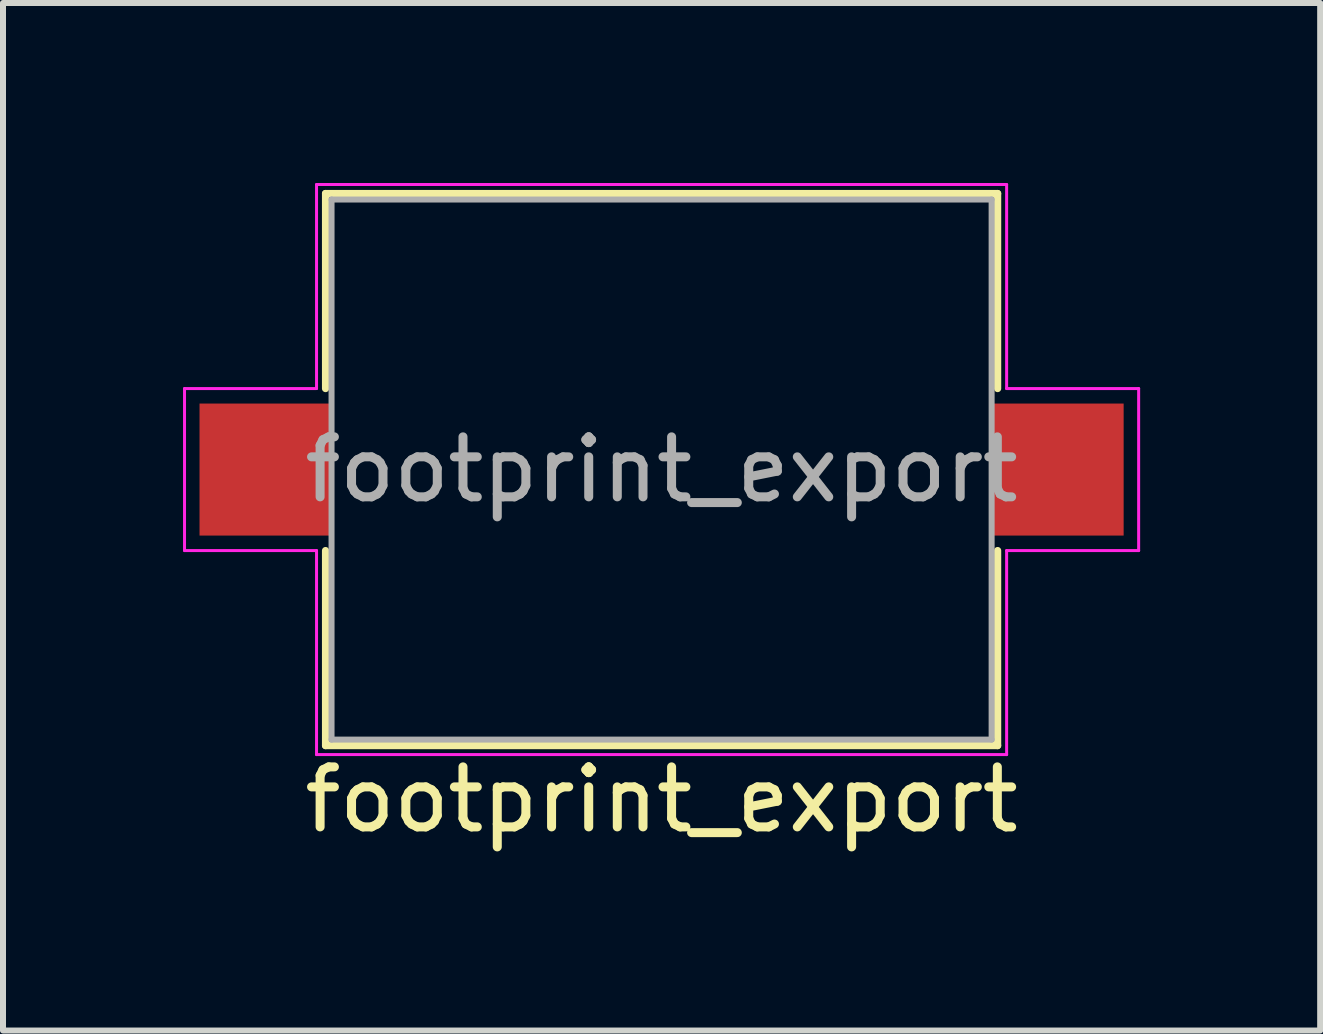
<source format=kicad_pcb>
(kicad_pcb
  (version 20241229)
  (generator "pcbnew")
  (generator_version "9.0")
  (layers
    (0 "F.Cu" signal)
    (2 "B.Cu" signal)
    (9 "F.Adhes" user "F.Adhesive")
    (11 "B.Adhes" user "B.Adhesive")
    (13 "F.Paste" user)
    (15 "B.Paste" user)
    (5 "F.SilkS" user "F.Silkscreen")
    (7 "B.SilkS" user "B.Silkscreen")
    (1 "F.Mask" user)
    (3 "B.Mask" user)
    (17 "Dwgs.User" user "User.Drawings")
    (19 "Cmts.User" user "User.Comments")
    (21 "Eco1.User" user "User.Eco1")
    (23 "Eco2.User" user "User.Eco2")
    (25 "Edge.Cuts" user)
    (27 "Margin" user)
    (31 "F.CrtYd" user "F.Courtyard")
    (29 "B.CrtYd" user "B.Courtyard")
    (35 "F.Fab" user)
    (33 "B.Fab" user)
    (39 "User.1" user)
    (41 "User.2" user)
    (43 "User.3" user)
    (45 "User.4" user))
  (footprint "footprint_export"
    (layer "F.Cu")
    (at 7.975 4.775)
    (property "Reference" "footprint_export" (at 0 5.5 180) (layer "F.SilkS") (effects (font (size 1 1) (thickness 0.15))))
    (attr smd)
    (fp_line (start -5.6 -4.6) (end 5.6 -4.6) (stroke (width 0.12) (type solid)) (layer "F.SilkS"))
    (fp_line (start -5.6 -1.35) (end -5.6 -4.6) (stroke (width 0.12) (type solid)) (layer "F.SilkS"))
    (fp_line (start -5.6 4.6) (end -5.6 1.35) (stroke (width 0.12) (type solid)) (layer "F.SilkS"))
    (fp_line (start 5.6 -4.6) (end 5.6 -1.35) (stroke (width 0.12) (type solid)) (layer "F.SilkS"))
    (fp_line (start 5.6 1.35) (end 5.6 4.6) (stroke (width 0.12) (type solid)) (layer "F.SilkS"))
    (fp_line (start 5.6 4.6) (end -5.6 4.6) (stroke (width 0.12) (type solid)) (layer "F.SilkS"))
    (fp_line (start -7.95 -1.35) (end -5.75 -1.35) (stroke (width 0.05) (type solid)) (layer "F.CrtYd"))
    (fp_line (start -7.95 1.35) (end -7.95 -1.35) (stroke (width 0.05) (type solid)) (layer "F.CrtYd"))
    (fp_line (start -5.75 -4.75) (end 5.75 -4.75) (stroke (width 0.05) (type solid)) (layer "F.CrtYd"))
    (fp_line (start -5.75 -1.35) (end -5.75 -4.75) (stroke (width 0.05) (type solid)) (layer "F.CrtYd"))
    (fp_line (start -5.75 1.35) (end -7.95 1.35) (stroke (width 0.05) (type solid)) (layer "F.CrtYd"))
    (fp_line (start -5.75 4.75) (end -5.75 1.35) (stroke (width 0.05) (type solid)) (layer "F.CrtYd"))
    (fp_line (start 5.75 -4.75) (end 5.75 -1.35) (stroke (width 0.05) (type solid)) (layer "F.CrtYd"))
    (fp_line (start 5.75 -1.35) (end 7.95 -1.35) (stroke (width 0.05) (type solid)) (layer "F.CrtYd"))
    (fp_line (start 5.75 1.35) (end 5.75 4.75) (stroke (width 0.05) (type solid)) (layer "F.CrtYd"))
    (fp_line (start 5.75 4.75) (end -5.75 4.75) (stroke (width 0.05) (type solid)) (layer "F.CrtYd"))
    (fp_line (start 7.95 -1.35) (end 7.95 1.35) (stroke (width 0.05) (type solid)) (layer "F.CrtYd"))
    (fp_line (start 7.95 1.35) (end 5.75 1.35) (stroke (width 0.05) (type solid)) (layer "F.CrtYd"))
    (fp_line (start -5.5 -4.5) (end 5.5 -4.5) (stroke (width 0.1) (type solid)) (layer "F.Fab"))
    (fp_line (start -5.5 4.5) (end -5.5 -4.5) (stroke (width 0.1) (type solid)) (layer "F.Fab"))
    (fp_line (start 5.5 -4.5) (end 5.5 4.5) (stroke (width 0.1) (type solid)) (layer "F.Fab"))
    (fp_line (start 5.5 4.5) (end -5.5 4.5) (stroke (width 0.1) (type solid)) (layer "F.Fab"))
    (fp_text user "${REFERENCE}" (at 0 0 180) (layer "F.Fab") (effects (font (size 1 1) (thickness 0.15))))
    (pad "1" smd rect (at -6.6 0) (size 2.2 2.2) (layers "F.Cu" "F.Mask" "F.Paste"))
    (pad "2" smd rect (at 6.6 0) (size 2.2 2.2) (layers "F.Cu" "F.Mask" "F.Paste")))
  (gr_rect
    (start -3 -3)
    (end 18.95 14.123)
    (stroke (width 0.1) (type default))
    (fill no)
    (layer "Edge.Cuts")))
</source>
